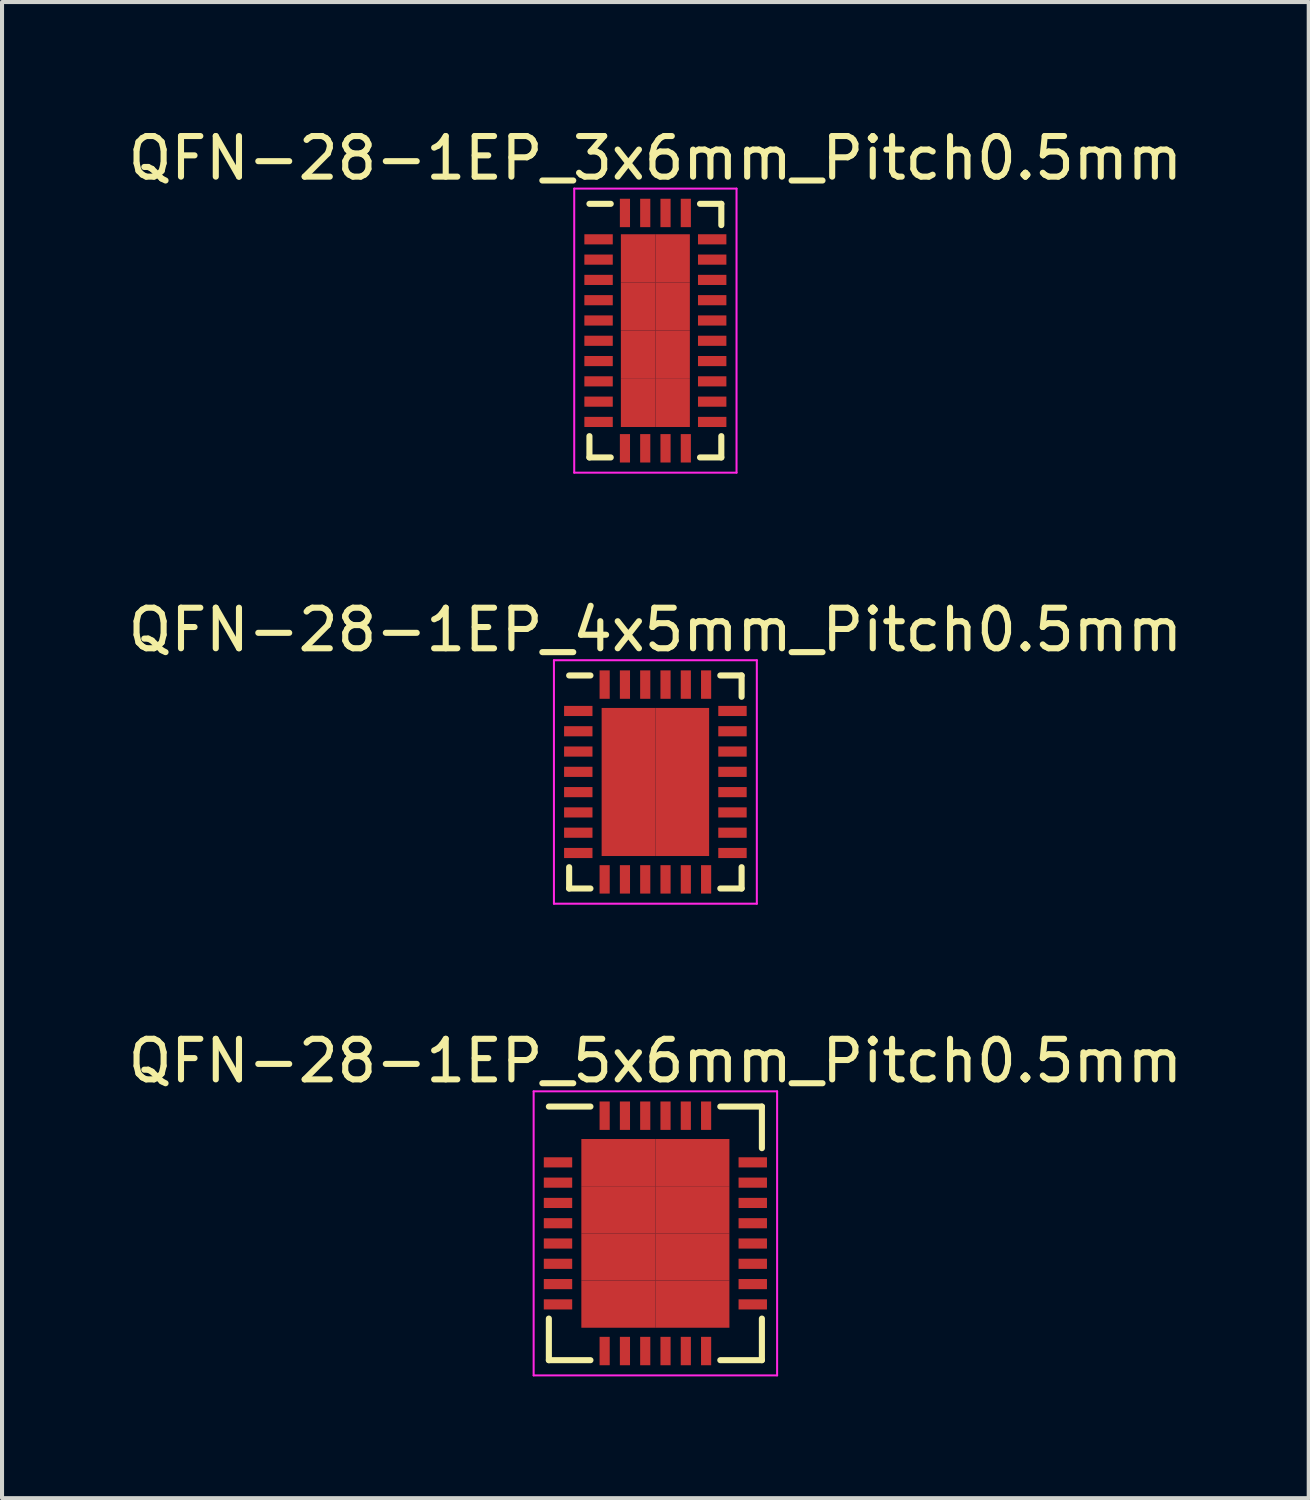
<source format=kicad_pcb>
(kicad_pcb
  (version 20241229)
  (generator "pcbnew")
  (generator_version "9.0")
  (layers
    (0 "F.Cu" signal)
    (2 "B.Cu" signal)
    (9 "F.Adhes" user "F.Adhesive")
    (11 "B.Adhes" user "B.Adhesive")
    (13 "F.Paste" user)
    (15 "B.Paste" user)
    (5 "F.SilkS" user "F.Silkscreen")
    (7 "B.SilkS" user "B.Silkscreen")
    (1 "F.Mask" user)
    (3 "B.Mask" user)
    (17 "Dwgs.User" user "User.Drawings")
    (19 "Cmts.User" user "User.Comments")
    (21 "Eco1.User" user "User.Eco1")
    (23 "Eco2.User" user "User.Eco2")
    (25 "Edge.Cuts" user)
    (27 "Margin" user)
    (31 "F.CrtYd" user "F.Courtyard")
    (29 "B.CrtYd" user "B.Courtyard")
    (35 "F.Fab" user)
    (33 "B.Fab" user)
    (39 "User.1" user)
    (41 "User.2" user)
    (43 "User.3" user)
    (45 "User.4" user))
  (footprint "QFN-28-1EP_4x5mm_Pitch0.5mm"
    (layer "F.Cu")
    (at 13.101 16.221)
    (property "Reference" "QFN-28-1EP_4x5mm_Pitch0.5mm" (at 0 -3.75 0) (layer "F.SilkS") (effects (font (size 1 1) (thickness 0.15))))
    (attr smd)
    (fp_line (start -2.125 -2.625) (end -1.6 -2.625) (stroke (width 0.15) (type solid)) (layer "F.SilkS"))
    (fp_line (start -2.125 2.625) (end -2.125 2.1) (stroke (width 0.15) (type solid)) (layer "F.SilkS"))
    (fp_line (start -2.125 2.625) (end -1.6 2.625) (stroke (width 0.15) (type solid)) (layer "F.SilkS"))
    (fp_line (start 2.125 -2.625) (end 1.6 -2.625) (stroke (width 0.15) (type solid)) (layer "F.SilkS"))
    (fp_line (start 2.125 -2.625) (end 2.125 -2.1) (stroke (width 0.15) (type solid)) (layer "F.SilkS"))
    (fp_line (start 2.125 2.625) (end 1.6 2.625) (stroke (width 0.15) (type solid)) (layer "F.SilkS"))
    (fp_line (start 2.125 2.625) (end 2.125 2.1) (stroke (width 0.15) (type solid)) (layer "F.SilkS"))
    (fp_line (start -2.5 -3) (end -2.5 3) (stroke (width 0.05) (type solid)) (layer "F.CrtYd"))
    (fp_line (start -2.5 -3) (end 2.5 -3) (stroke (width 0.05) (type solid)) (layer "F.CrtYd"))
    (fp_line (start -2.5 3) (end 2.5 3) (stroke (width 0.05) (type solid)) (layer "F.CrtYd"))
    (fp_line (start 2.5 -3) (end 2.5 3) (stroke (width 0.05) (type solid)) (layer "F.CrtYd"))
    (pad "1" smd rect (at -1.9 -1.75) (size 0.7 0.25) (layers "F.Cu" "F.Mask" "F.Paste"))
    (pad "2" smd rect (at -1.9 -1.25) (size 0.7 0.25) (layers "F.Cu" "F.Mask" "F.Paste"))
    (pad "3" smd rect (at -1.9 -0.75) (size 0.7 0.25) (layers "F.Cu" "F.Mask" "F.Paste"))
    (pad "4" smd rect (at -1.9 -0.25) (size 0.7 0.25) (layers "F.Cu" "F.Mask" "F.Paste"))
    (pad "5" smd rect (at -1.9 0.25) (size 0.7 0.25) (layers "F.Cu" "F.Mask" "F.Paste"))
    (pad "6" smd rect (at -1.9 0.75) (size 0.7 0.25) (layers "F.Cu" "F.Mask" "F.Paste"))
    (pad "7" smd rect (at -1.9 1.25) (size 0.7 0.25) (layers "F.Cu" "F.Mask" "F.Paste"))
    (pad "8" smd rect (at -1.9 1.75) (size 0.7 0.25) (layers "F.Cu" "F.Mask" "F.Paste"))
    (pad "9" smd rect (at -1.25 2.4 90) (size 0.7 0.25) (layers "F.Cu" "F.Mask" "F.Paste"))
    (pad "10" smd rect (at -0.75 2.4 90) (size 0.7 0.25) (layers "F.Cu" "F.Mask" "F.Paste"))
    (pad "11" smd rect (at -0.25 2.4 90) (size 0.7 0.25) (layers "F.Cu" "F.Mask" "F.Paste"))
    (pad "12" smd rect (at 0.25 2.4 90) (size 0.7 0.25) (layers "F.Cu" "F.Mask" "F.Paste"))
    (pad "13" smd rect (at 0.75 2.4 90) (size 0.7 0.25) (layers "F.Cu" "F.Mask" "F.Paste"))
    (pad "14" smd rect (at 1.25 2.4 90) (size 0.7 0.25) (layers "F.Cu" "F.Mask" "F.Paste"))
    (pad "15" smd rect (at 1.9 1.75) (size 0.7 0.25) (layers "F.Cu" "F.Mask" "F.Paste"))
    (pad "16" smd rect (at 1.9 1.25) (size 0.7 0.25) (layers "F.Cu" "F.Mask" "F.Paste"))
    (pad "17" smd rect (at 1.9 0.75) (size 0.7 0.25) (layers "F.Cu" "F.Mask" "F.Paste"))
    (pad "18" smd rect (at 1.9 0.25) (size 0.7 0.25) (layers "F.Cu" "F.Mask" "F.Paste"))
    (pad "19" smd rect (at 1.9 -0.25) (size 0.7 0.25) (layers "F.Cu" "F.Mask" "F.Paste"))
    (pad "20" smd rect (at 1.9 -0.75) (size 0.7 0.25) (layers "F.Cu" "F.Mask" "F.Paste"))
    (pad "21" smd rect (at 1.9 -1.25) (size 0.7 0.25) (layers "F.Cu" "F.Mask" "F.Paste"))
    (pad "22" smd rect (at 1.9 -1.75) (size 0.7 0.25) (layers "F.Cu" "F.Mask" "F.Paste"))
    (pad "23" smd rect (at 1.25 -2.4 90) (size 0.7 0.25) (layers "F.Cu" "F.Mask" "F.Paste"))
    (pad "24" smd rect (at 0.75 -2.4 90) (size 0.7 0.25) (layers "F.Cu" "F.Mask" "F.Paste"))
    (pad "25" smd rect (at 0.25 -2.4 90) (size 0.7 0.25) (layers "F.Cu" "F.Mask" "F.Paste"))
    (pad "26" smd rect (at -0.25 -2.4 90) (size 0.7 0.25) (layers "F.Cu" "F.Mask" "F.Paste"))
    (pad "27" smd rect (at -0.75 -2.4 90) (size 0.7 0.25) (layers "F.Cu" "F.Mask" "F.Paste"))
    (pad "28" smd rect (at -1.25 -2.4 90) (size 0.7 0.25) (layers "F.Cu" "F.Mask" "F.Paste"))
    (pad "29" smd rect (at -0.662 -0.912) (size 1.325 1.825) (layers "F.Cu" "F.Mask" "F.Paste"))
    (pad "29" smd rect (at -0.662 0.912) (size 1.325 1.825) (layers "F.Cu" "F.Mask" "F.Paste"))
    (pad "29" smd rect (at 0.662 -0.912) (size 1.325 1.825) (layers "F.Cu" "F.Mask" "F.Paste"))
    (pad "29" smd rect (at 0.662 0.912) (size 1.325 1.825) (layers "F.Cu" "F.Mask" "F.Paste")))
  (footprint "QFN-28-1EP_5x6mm_Pitch0.5mm"
    (layer "F.Cu")
    (at 13.101 27.345)
    (property "Reference" "QFN-28-1EP_5x6mm_Pitch0.5mm" (at 0 -4.25 0) (layer "F.SilkS") (effects (font (size 1 1) (thickness 0.15))))
    (attr smd)
    (fp_line (start -2.625 -3.125) (end -1.6 -3.125) (stroke (width 0.15) (type solid)) (layer "F.SilkS"))
    (fp_line (start -2.625 3.125) (end -2.625 2.1) (stroke (width 0.15) (type solid)) (layer "F.SilkS"))
    (fp_line (start -2.625 3.125) (end -1.6 3.125) (stroke (width 0.15) (type solid)) (layer "F.SilkS"))
    (fp_line (start 2.625 -3.125) (end 1.6 -3.125) (stroke (width 0.15) (type solid)) (layer "F.SilkS"))
    (fp_line (start 2.625 -3.125) (end 2.625 -2.1) (stroke (width 0.15) (type solid)) (layer "F.SilkS"))
    (fp_line (start 2.625 3.125) (end 1.6 3.125) (stroke (width 0.15) (type solid)) (layer "F.SilkS"))
    (fp_line (start 2.625 3.125) (end 2.625 2.1) (stroke (width 0.15) (type solid)) (layer "F.SilkS"))
    (fp_line (start -3 -3.5) (end -3 3.5) (stroke (width 0.05) (type solid)) (layer "F.CrtYd"))
    (fp_line (start -3 -3.5) (end 3 -3.5) (stroke (width 0.05) (type solid)) (layer "F.CrtYd"))
    (fp_line (start -3 3.5) (end 3 3.5) (stroke (width 0.05) (type solid)) (layer "F.CrtYd"))
    (fp_line (start 3 -3.5) (end 3 3.5) (stroke (width 0.05) (type solid)) (layer "F.CrtYd"))
    (pad "1" smd rect (at -2.4 -1.75) (size 0.7 0.25) (layers "F.Cu" "F.Mask" "F.Paste"))
    (pad "2" smd rect (at -2.4 -1.25) (size 0.7 0.25) (layers "F.Cu" "F.Mask" "F.Paste"))
    (pad "3" smd rect (at -2.4 -0.75) (size 0.7 0.25) (layers "F.Cu" "F.Mask" "F.Paste"))
    (pad "4" smd rect (at -2.4 -0.25) (size 0.7 0.25) (layers "F.Cu" "F.Mask" "F.Paste"))
    (pad "5" smd rect (at -2.4 0.25) (size 0.7 0.25) (layers "F.Cu" "F.Mask" "F.Paste"))
    (pad "6" smd rect (at -2.4 0.75) (size 0.7 0.25) (layers "F.Cu" "F.Mask" "F.Paste"))
    (pad "7" smd rect (at -2.4 1.25) (size 0.7 0.25) (layers "F.Cu" "F.Mask" "F.Paste"))
    (pad "8" smd rect (at -2.4 1.75) (size 0.7 0.25) (layers "F.Cu" "F.Mask" "F.Paste"))
    (pad "9" smd rect (at -1.25 2.9 90) (size 0.7 0.25) (layers "F.Cu" "F.Mask" "F.Paste"))
    (pad "10" smd rect (at -0.75 2.9 90) (size 0.7 0.25) (layers "F.Cu" "F.Mask" "F.Paste"))
    (pad "11" smd rect (at -0.25 2.9 90) (size 0.7 0.25) (layers "F.Cu" "F.Mask" "F.Paste"))
    (pad "12" smd rect (at 0.25 2.9 90) (size 0.7 0.25) (layers "F.Cu" "F.Mask" "F.Paste"))
    (pad "13" smd rect (at 0.75 2.9 90) (size 0.7 0.25) (layers "F.Cu" "F.Mask" "F.Paste"))
    (pad "14" smd rect (at 1.25 2.9 90) (size 0.7 0.25) (layers "F.Cu" "F.Mask" "F.Paste"))
    (pad "15" smd rect (at 2.4 1.75) (size 0.7 0.25) (layers "F.Cu" "F.Mask" "F.Paste"))
    (pad "16" smd rect (at 2.4 1.25) (size 0.7 0.25) (layers "F.Cu" "F.Mask" "F.Paste"))
    (pad "17" smd rect (at 2.4 0.75) (size 0.7 0.25) (layers "F.Cu" "F.Mask" "F.Paste"))
    (pad "18" smd rect (at 2.4 0.25) (size 0.7 0.25) (layers "F.Cu" "F.Mask" "F.Paste"))
    (pad "19" smd rect (at 2.4 -0.25) (size 0.7 0.25) (layers "F.Cu" "F.Mask" "F.Paste"))
    (pad "20" smd rect (at 2.4 -0.75) (size 0.7 0.25) (layers "F.Cu" "F.Mask" "F.Paste"))
    (pad "21" smd rect (at 2.4 -1.25) (size 0.7 0.25) (layers "F.Cu" "F.Mask" "F.Paste"))
    (pad "22" smd rect (at 2.4 -1.75) (size 0.7 0.25) (layers "F.Cu" "F.Mask" "F.Paste"))
    (pad "23" smd rect (at 1.25 -2.9 90) (size 0.7 0.25) (layers "F.Cu" "F.Mask" "F.Paste"))
    (pad "24" smd rect (at 0.75 -2.9 90) (size 0.7 0.25) (layers "F.Cu" "F.Mask" "F.Paste"))
    (pad "25" smd rect (at 0.25 -2.9 90) (size 0.7 0.25) (layers "F.Cu" "F.Mask" "F.Paste"))
    (pad "26" smd rect (at -0.25 -2.9 90) (size 0.7 0.25) (layers "F.Cu" "F.Mask" "F.Paste"))
    (pad "27" smd rect (at -0.75 -2.9 90) (size 0.7 0.25) (layers "F.Cu" "F.Mask" "F.Paste"))
    (pad "28" smd rect (at -1.25 -2.9 90) (size 0.7 0.25) (layers "F.Cu" "F.Mask" "F.Paste"))
    (pad "29" smd rect (at -0.912 -1.744) (size 1.825 1.163) (layers "F.Cu" "F.Mask" "F.Paste"))
    (pad "29" smd rect (at -0.912 -0.581) (size 1.825 1.163) (layers "F.Cu" "F.Mask" "F.Paste"))
    (pad "29" smd rect (at -0.912 0.581) (size 1.825 1.163) (layers "F.Cu" "F.Mask" "F.Paste"))
    (pad "29" smd rect (at -0.912 1.744) (size 1.825 1.163) (layers "F.Cu" "F.Mask" "F.Paste"))
    (pad "29" smd rect (at 0.912 -1.744) (size 1.825 1.163) (layers "F.Cu" "F.Mask" "F.Paste"))
    (pad "29" smd rect (at 0.912 -0.581) (size 1.825 1.163) (layers "F.Cu" "F.Mask" "F.Paste"))
    (pad "29" smd rect (at 0.912 0.581) (size 1.825 1.163) (layers "F.Cu" "F.Mask" "F.Paste"))
    (pad "29" smd rect (at 0.912 1.744) (size 1.825 1.163) (layers "F.Cu" "F.Mask" "F.Paste")))
  (footprint "QFN-28-1EP_3x6mm_Pitch0.5mm"
    (layer "F.Cu")
    (at 13.101 5.098)
    (property "Reference" "QFN-28-1EP_3x6mm_Pitch0.5mm" (at 0 -4.25 0) (layer "F.SilkS") (effects (font (size 1 1) (thickness 0.15))))
    (attr smd)
    (fp_line (start -1.625 -3.125) (end -1.1 -3.125) (stroke (width 0.15) (type solid)) (layer "F.SilkS"))
    (fp_line (start -1.625 3.125) (end -1.625 2.6) (stroke (width 0.15) (type solid)) (layer "F.SilkS"))
    (fp_line (start -1.625 3.125) (end -1.1 3.125) (stroke (width 0.15) (type solid)) (layer "F.SilkS"))
    (fp_line (start 1.625 -3.125) (end 1.1 -3.125) (stroke (width 0.15) (type solid)) (layer "F.SilkS"))
    (fp_line (start 1.625 -3.125) (end 1.625 -2.6) (stroke (width 0.15) (type solid)) (layer "F.SilkS"))
    (fp_line (start 1.625 3.125) (end 1.1 3.125) (stroke (width 0.15) (type solid)) (layer "F.SilkS"))
    (fp_line (start 1.625 3.125) (end 1.625 2.6) (stroke (width 0.15) (type solid)) (layer "F.SilkS"))
    (fp_line (start -2 -3.5) (end -2 3.5) (stroke (width 0.05) (type solid)) (layer "F.CrtYd"))
    (fp_line (start -2 -3.5) (end 2 -3.5) (stroke (width 0.05) (type solid)) (layer "F.CrtYd"))
    (fp_line (start -2 3.5) (end 2 3.5) (stroke (width 0.05) (type solid)) (layer "F.CrtYd"))
    (fp_line (start 2 -3.5) (end 2 3.5) (stroke (width 0.05) (type solid)) (layer "F.CrtYd"))
    (pad "1" smd rect (at -1.4 -2.25) (size 0.7 0.25) (layers "F.Cu" "F.Mask" "F.Paste"))
    (pad "2" smd rect (at -1.4 -1.75) (size 0.7 0.25) (layers "F.Cu" "F.Mask" "F.Paste"))
    (pad "3" smd rect (at -1.4 -1.25) (size 0.7 0.25) (layers "F.Cu" "F.Mask" "F.Paste"))
    (pad "4" smd rect (at -1.4 -0.75) (size 0.7 0.25) (layers "F.Cu" "F.Mask" "F.Paste"))
    (pad "5" smd rect (at -1.4 -0.25) (size 0.7 0.25) (layers "F.Cu" "F.Mask" "F.Paste"))
    (pad "6" smd rect (at -1.4 0.25) (size 0.7 0.25) (layers "F.Cu" "F.Mask" "F.Paste"))
    (pad "7" smd rect (at -1.4 0.75) (size 0.7 0.25) (layers "F.Cu" "F.Mask" "F.Paste"))
    (pad "8" smd rect (at -1.4 1.25) (size 0.7 0.25) (layers "F.Cu" "F.Mask" "F.Paste"))
    (pad "9" smd rect (at -1.4 1.75) (size 0.7 0.25) (layers "F.Cu" "F.Mask" "F.Paste"))
    (pad "10" smd rect (at -1.4 2.25) (size 0.7 0.25) (layers "F.Cu" "F.Mask" "F.Paste"))
    (pad "11" smd rect (at -0.75 2.9 90) (size 0.7 0.25) (layers "F.Cu" "F.Mask" "F.Paste"))
    (pad "12" smd rect (at -0.25 2.9 90) (size 0.7 0.25) (layers "F.Cu" "F.Mask" "F.Paste"))
    (pad "13" smd rect (at 0.25 2.9 90) (size 0.7 0.25) (layers "F.Cu" "F.Mask" "F.Paste"))
    (pad "14" smd rect (at 0.75 2.9 90) (size 0.7 0.25) (layers "F.Cu" "F.Mask" "F.Paste"))
    (pad "15" smd rect (at 1.4 2.25) (size 0.7 0.25) (layers "F.Cu" "F.Mask" "F.Paste"))
    (pad "16" smd rect (at 1.4 1.75) (size 0.7 0.25) (layers "F.Cu" "F.Mask" "F.Paste"))
    (pad "17" smd rect (at 1.4 1.25) (size 0.7 0.25) (layers "F.Cu" "F.Mask" "F.Paste"))
    (pad "18" smd rect (at 1.4 0.75) (size 0.7 0.25) (layers "F.Cu" "F.Mask" "F.Paste"))
    (pad "19" smd rect (at 1.4 0.25) (size 0.7 0.25) (layers "F.Cu" "F.Mask" "F.Paste"))
    (pad "20" smd rect (at 1.4 -0.25) (size 0.7 0.25) (layers "F.Cu" "F.Mask" "F.Paste"))
    (pad "21" smd rect (at 1.4 -0.75) (size 0.7 0.25) (layers "F.Cu" "F.Mask" "F.Paste"))
    (pad "22" smd rect (at 1.4 -1.25) (size 0.7 0.25) (layers "F.Cu" "F.Mask" "F.Paste"))
    (pad "23" smd rect (at 1.4 -1.75) (size 0.7 0.25) (layers "F.Cu" "F.Mask" "F.Paste"))
    (pad "24" smd rect (at 1.4 -2.25) (size 0.7 0.25) (layers "F.Cu" "F.Mask" "F.Paste"))
    (pad "25" smd rect (at 0.75 -2.9 90) (size 0.7 0.25) (layers "F.Cu" "F.Mask" "F.Paste"))
    (pad "26" smd rect (at 0.25 -2.9 90) (size 0.7 0.25) (layers "F.Cu" "F.Mask" "F.Paste"))
    (pad "27" smd rect (at -0.25 -2.9 90) (size 0.7 0.25) (layers "F.Cu" "F.Mask" "F.Paste"))
    (pad "28" smd rect (at -0.75 -2.9 90) (size 0.7 0.25) (layers "F.Cu" "F.Mask" "F.Paste"))
    (pad "29" smd rect (at -0.425 -1.781) (size 0.85 1.188) (layers "F.Cu" "F.Mask" "F.Paste"))
    (pad "29" smd rect (at -0.425 -0.594) (size 0.85 1.188) (layers "F.Cu" "F.Mask" "F.Paste"))
    (pad "29" smd rect (at -0.425 0.594) (size 0.85 1.188) (layers "F.Cu" "F.Mask" "F.Paste"))
    (pad "29" smd rect (at -0.425 1.781) (size 0.85 1.188) (layers "F.Cu" "F.Mask" "F.Paste"))
    (pad "29" smd rect (at 0.425 -1.781) (size 0.85 1.188) (layers "F.Cu" "F.Mask" "F.Paste"))
    (pad "29" smd rect (at 0.425 -0.594) (size 0.85 1.188) (layers "F.Cu" "F.Mask" "F.Paste"))
    (pad "29" smd rect (at 0.425 0.594) (size 0.85 1.188) (layers "F.Cu" "F.Mask" "F.Paste"))
    (pad "29" smd rect (at 0.425 1.781) (size 0.85 1.188) (layers "F.Cu" "F.Mask" "F.Paste")))
  (gr_rect
    (start -3 -3)
    (end 29.202 33.87)
    (stroke (width 0.1) (type default))
    (fill no)
    (layer "Edge.Cuts")))
</source>
